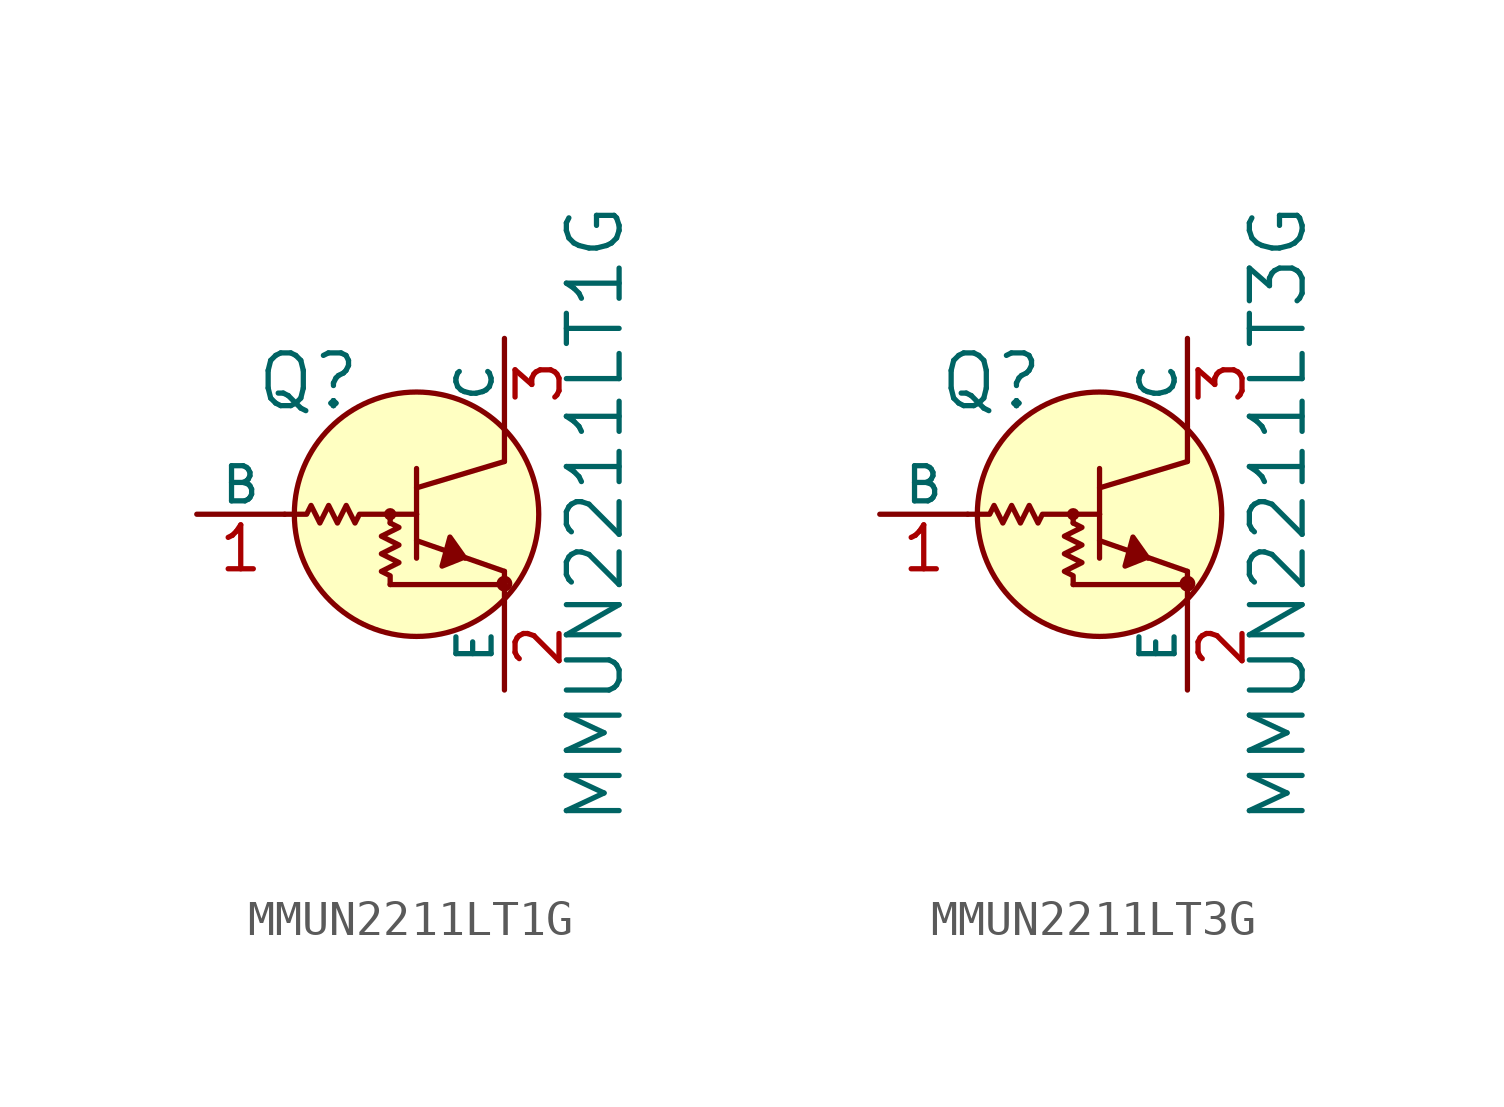
<source format=kicad_sym>
(kicad_symbol_lib
  (version 20231120)
  (generator "kicad_symbol_editor")
  (generator_version "8.0")
  (symbol "MMUN2211LT1G"
    (pin_names
      (offset 0))
    (property "Reference" "Q"
      (at -4.115 3.835 0)
      (effects (font (size 1.524 1.524)) (justify right)))
    (property "Value" "MMUN2211LT1G"
      (at 2.616 0 90)
      (effects (font (size 1.524 1.524))))
    (symbol "MMUN2211LT1G_0_1"
      (circle (center -3.302 0) (radius 0.102) (stroke (width 0) (type default)) (fill (type none)))
      (circle (center -2.54 0) (radius 3.531) (stroke (width 0) (type default)) (fill (type background)))
      (circle (center 0 -2.007) (radius 0.076) (stroke (width 0) (type default)) (fill (type none)))
      (polyline (pts (xy -3.302 -2.032) (xy 0 -2.032)) (stroke (width 0) (type default)) (fill (type none)))
      (polyline (pts (xy -3.302 0) (xy -3.302 -0.254)) (stroke (width 0) (type default)) (fill (type none)))
      (polyline (pts (xy -2.54 -0.762) (xy 0 -1.651)) (stroke (width 0) (type default)) (fill (type none)))
      (polyline (pts (xy -2.54 0) (xy -2.54 -1.27)) (stroke (width 0) (type default)) (fill (type none)))
      (polyline (pts (xy -2.54 0) (xy -2.54 1.321)) (stroke (width 0) (type default)) (fill (type none)))
      (polyline (pts (xy -2.54 0.762) (xy 0 1.524)) (stroke (width 0) (type default)) (fill (type none)))
      (polyline (pts (xy 0 -2.54) (xy 0 -1.651)) (stroke (width 0) (type default)) (fill (type none)))
      (polyline (pts (xy 0 2.54) (xy 0 1.524)) (stroke (width 0) (type default)) (fill (type none)))
      (polyline (pts (xy -1.143 -1.27) (xy -1.575 -0.66) (xy -1.803 -1.499) (xy -1.168 -1.245)) (stroke (width 0) (type default)) (fill (type outline)))
      (polyline (pts (xy -3.302 -0.254) (xy -3.048 -0.381) (xy -3.556 -0.635) (xy -3.048 -0.889) (xy -3.556 -1.143) (xy -3.048 -1.397) (xy -3.556 -1.651) (xy -3.302 -1.778) (xy -3.302 -2.032)) (stroke (width 0) (type default)) (fill (type none)))
      (polyline (pts (xy -6.35 0) (xy -5.715 0) (xy -5.588 0.254) (xy -5.334 -0.254) (xy -5.08 0.254) (xy -4.826 -0.254) (xy -4.572 0.254) (xy -4.318 -0.254) (xy -4.191 0) (xy -2.54 0)) (stroke (width 0) (type default)) (fill (type none))))
    (symbol "MMUN2211LT1G_1_1"
      (pin input line (at -8.89 0 0) (length 2.54) (name "B" (effects (font (size 1.016 1.016)))) (number "1" (effects (font (size 1.27 1.27)))))
      (pin passive line (at 0 -5.08 90) (length 2.54) (name "E" (effects (font (size 1.016 1.016)))) (number "2" (effects (font (size 1.27 1.27)))))
      (pin passive line (at 0 5.08 270) (length 2.54) (name "C" (effects (font (size 1.016 1.016)))) (number "3" (effects (font (size 1.27 1.27)))))))
  (symbol "MMUN2211LT3G"
    (pin_names
      (offset 0))
    (property "Reference" "Q"
      (at -4.115 3.835 0)
      (effects (font (size 1.524 1.524)) (justify right)))
    (property "Value" "MMUN2211LT3G"
      (at 2.616 0 90)
      (effects (font (size 1.524 1.524))))
    (symbol "MMUN2211LT3G_0_1"
      (circle (center -3.302 0) (radius 0.102) (stroke (width 0) (type default)) (fill (type none)))
      (circle (center -2.54 0) (radius 3.531) (stroke (width 0) (type default)) (fill (type background)))
      (circle (center 0 -2.007) (radius 0.076) (stroke (width 0) (type default)) (fill (type none)))
      (polyline (pts (xy -3.302 -2.032) (xy 0 -2.032)) (stroke (width 0) (type default)) (fill (type none)))
      (polyline (pts (xy -3.302 0) (xy -3.302 -0.254)) (stroke (width 0) (type default)) (fill (type none)))
      (polyline (pts (xy -2.54 -0.762) (xy 0 -1.651)) (stroke (width 0) (type default)) (fill (type none)))
      (polyline (pts (xy -2.54 0) (xy -2.54 -1.27)) (stroke (width 0) (type default)) (fill (type none)))
      (polyline (pts (xy -2.54 0) (xy -2.54 1.321)) (stroke (width 0) (type default)) (fill (type none)))
      (polyline (pts (xy -2.54 0.762) (xy 0 1.524)) (stroke (width 0) (type default)) (fill (type none)))
      (polyline (pts (xy 0 -2.54) (xy 0 -1.651)) (stroke (width 0) (type default)) (fill (type none)))
      (polyline (pts (xy 0 2.54) (xy 0 1.524)) (stroke (width 0) (type default)) (fill (type none)))
      (polyline (pts (xy -1.143 -1.27) (xy -1.575 -0.66) (xy -1.803 -1.499) (xy -1.168 -1.245)) (stroke (width 0) (type default)) (fill (type outline)))
      (polyline (pts (xy -3.302 -0.254) (xy -3.048 -0.381) (xy -3.556 -0.635) (xy -3.048 -0.889) (xy -3.556 -1.143) (xy -3.048 -1.397) (xy -3.556 -1.651) (xy -3.302 -1.778) (xy -3.302 -2.032)) (stroke (width 0) (type default)) (fill (type none)))
      (polyline (pts (xy -6.35 0) (xy -5.715 0) (xy -5.588 0.254) (xy -5.334 -0.254) (xy -5.08 0.254) (xy -4.826 -0.254) (xy -4.572 0.254) (xy -4.318 -0.254) (xy -4.191 0) (xy -2.54 0)) (stroke (width 0) (type default)) (fill (type none))))
    (symbol "MMUN2211LT3G_1_1"
      (pin input line (at -8.89 0 0) (length 2.54) (name "B" (effects (font (size 1.016 1.016)))) (number "1" (effects (font (size 1.27 1.27)))))
      (pin passive line (at 0 -5.08 90) (length 2.54) (name "E" (effects (font (size 1.016 1.016)))) (number "2" (effects (font (size 1.27 1.27)))))
      (pin passive line (at 0 5.08 270) (length 2.54) (name "C" (effects (font (size 1.016 1.016)))) (number "3" (effects (font (size 1.27 1.27))))))))
</source>
